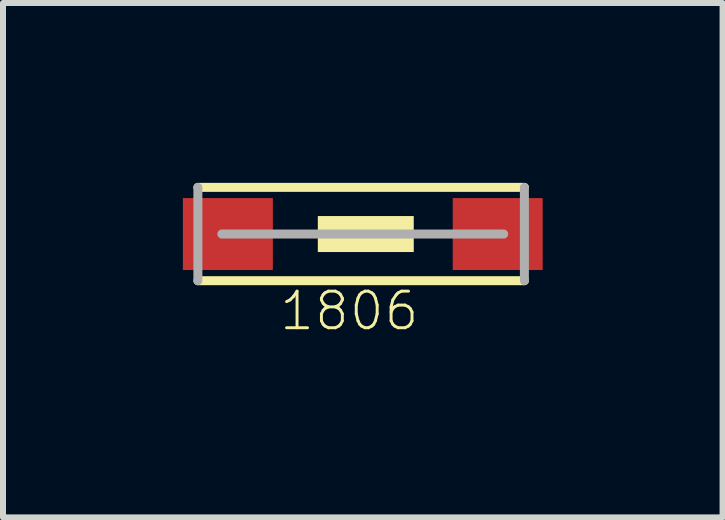
<source format=kicad_pcb>
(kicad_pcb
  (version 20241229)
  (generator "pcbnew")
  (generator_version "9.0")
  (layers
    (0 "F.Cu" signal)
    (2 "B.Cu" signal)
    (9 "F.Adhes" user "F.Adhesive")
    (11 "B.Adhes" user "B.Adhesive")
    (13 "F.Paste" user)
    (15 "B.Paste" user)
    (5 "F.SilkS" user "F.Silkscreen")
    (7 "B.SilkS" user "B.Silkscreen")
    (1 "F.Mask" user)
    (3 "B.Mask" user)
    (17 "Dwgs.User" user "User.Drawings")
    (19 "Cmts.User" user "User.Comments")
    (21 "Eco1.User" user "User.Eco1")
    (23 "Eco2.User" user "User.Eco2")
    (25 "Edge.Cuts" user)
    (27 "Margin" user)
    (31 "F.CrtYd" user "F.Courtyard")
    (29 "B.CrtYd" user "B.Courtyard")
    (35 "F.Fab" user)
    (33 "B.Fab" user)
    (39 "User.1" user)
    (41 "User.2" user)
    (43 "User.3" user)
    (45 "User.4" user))
  (footprint "1806"
    (layer "F.Cu")
    (at 3.05 0.853)
    (property "Reference" "1806" (at -0.275 1.283 0) (layer "F.SilkS") (effects (font (size 0.61 0.61) (thickness 0.049))))
    (attr through_hole)
    (fp_line (start 2.4 0) (end 2.4 -0.1) (stroke (width 0.15) (type solid)) (layer "F.Cu"))
    (fp_line (start -2.8 -0.778) (end 2.645 -0.778) (stroke (width 0.15) (type solid)) (layer "F.SilkS"))
    (fp_line (start 2.645 0.778) (end -2.8 0.778) (stroke (width 0.15) (type solid)) (layer "F.SilkS"))
    (fp_poly (pts (xy -0.8 -0.3) (xy 0.8 -0.3) (xy 0.8 0.3) (xy -0.8 0.3)) (stroke (width 0) (type solid)) (fill yes) (layer "F.SilkS"))
    (fp_line (start -2.8 0.778) (end -2.8 -0.778) (stroke (width 0.15) (type solid)) (layer "F.Fab"))
    (fp_line (start -2.4 0) (end 2.3 0) (stroke (width 0.15) (type solid)) (layer "F.Fab"))
    (fp_line (start 2.645 -0.778) (end 2.645 0.778) (stroke (width 0.15) (type solid)) (layer "F.Fab"))
    (pad "1" smd rect (at -2.3 0) (size 1.5 1.2) (layers "F.Cu" "F.Mask" "F.Paste"))
    (pad "2" smd rect (at 2.2 0) (size 1.5 1.2) (layers "F.Cu" "F.Mask" "F.Paste")))
  (gr_rect
    (start -3 -3)
    (end 9 5.578)
    (stroke (width 0.1) (type default))
    (fill no)
    (layer "Edge.Cuts")))
</source>
